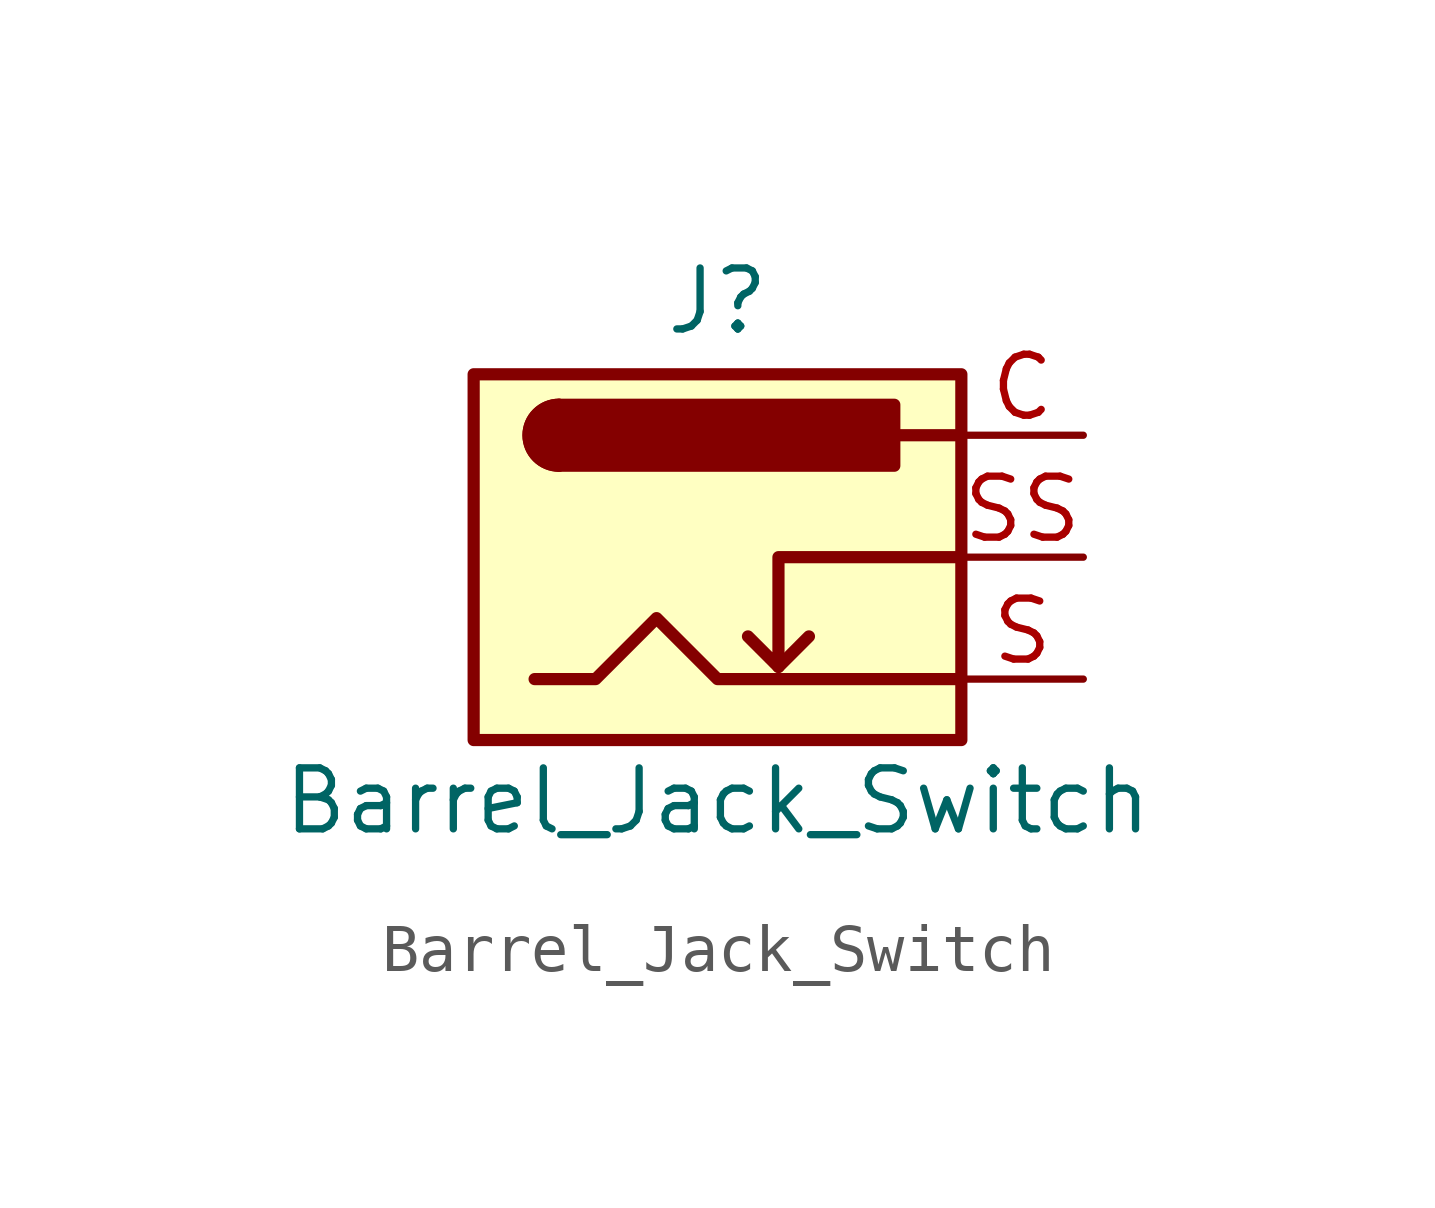
<source format=kicad_sym>
(kicad_symbol_lib
  (version 20220914)
  (generator kicad_symbol_editor)
  (symbol "Barrel_Jack_Switch"
    (pin_names hide)
    (property "Reference" "J"
      (at 0 5.334 0)
      (effects (font (size 1.27 1.27))))
    (property "Value" "Barrel_Jack_Switch"
      (at 0 -5.08 0)
      (effects (font (size 1.27 1.27))))
    (symbol "Barrel_Jack_Switch_0_1"
      (rectangle (start -5.08 3.81) (end 5.08 -3.81) (stroke (width 0.254) (type default)) (fill (type background)))
      (arc (start -3.302 3.175) (mid -3.9343 2.54) (end -3.302 1.905) (stroke (width 0.254) (type default)) (fill (type none)))
      (arc (start -3.302 3.175) (mid -3.9343 2.54) (end -3.302 1.905) (stroke (width 0.254) (type default)) (fill (type outline)))
      (polyline (pts (xy 1.27 -2.286) (xy 1.905 -1.651)) (stroke (width 0.254) (type default)) (fill (type none)))
      (polyline (pts (xy 5.08 2.54) (xy 3.81 2.54)) (stroke (width 0.254) (type default)) (fill (type none)))
      (polyline (pts (xy 5.08 0) (xy 1.27 0) (xy 1.27 -2.286) (xy 0.635 -1.651)) (stroke (width 0.254) (type default)) (fill (type none)))
      (polyline (pts (xy -3.81 -2.54) (xy -2.54 -2.54) (xy -1.27 -1.27) (xy 0 -2.54) (xy 2.54 -2.54) (xy 5.08 -2.54)) (stroke (width 0.254) (type default)) (fill (type none)))
      (rectangle (start 3.683 3.175) (end -3.302 1.905) (stroke (width 0.254) (type default)) (fill (type outline))))
    (symbol "Barrel_Jack_Switch_1_1"
      (pin passive line (at 7.62 2.54 180) (length 2.54) (name "~" (effects (font (size 1.27 1.27)))) (number "C" (effects (font (size 1.27 1.27)))))
      (pin passive line (at 7.62 -2.54 180) (length 2.54) (name "~" (effects (font (size 1.27 1.27)))) (number "S" (effects (font (size 1.27 1.27)))))
      (pin passive line (at 7.62 0 180) (length 2.54) (name "~" (effects (font (size 1.27 1.27)))) (number "SS" (effects (font (size 1.27 1.27))))))))
</source>
